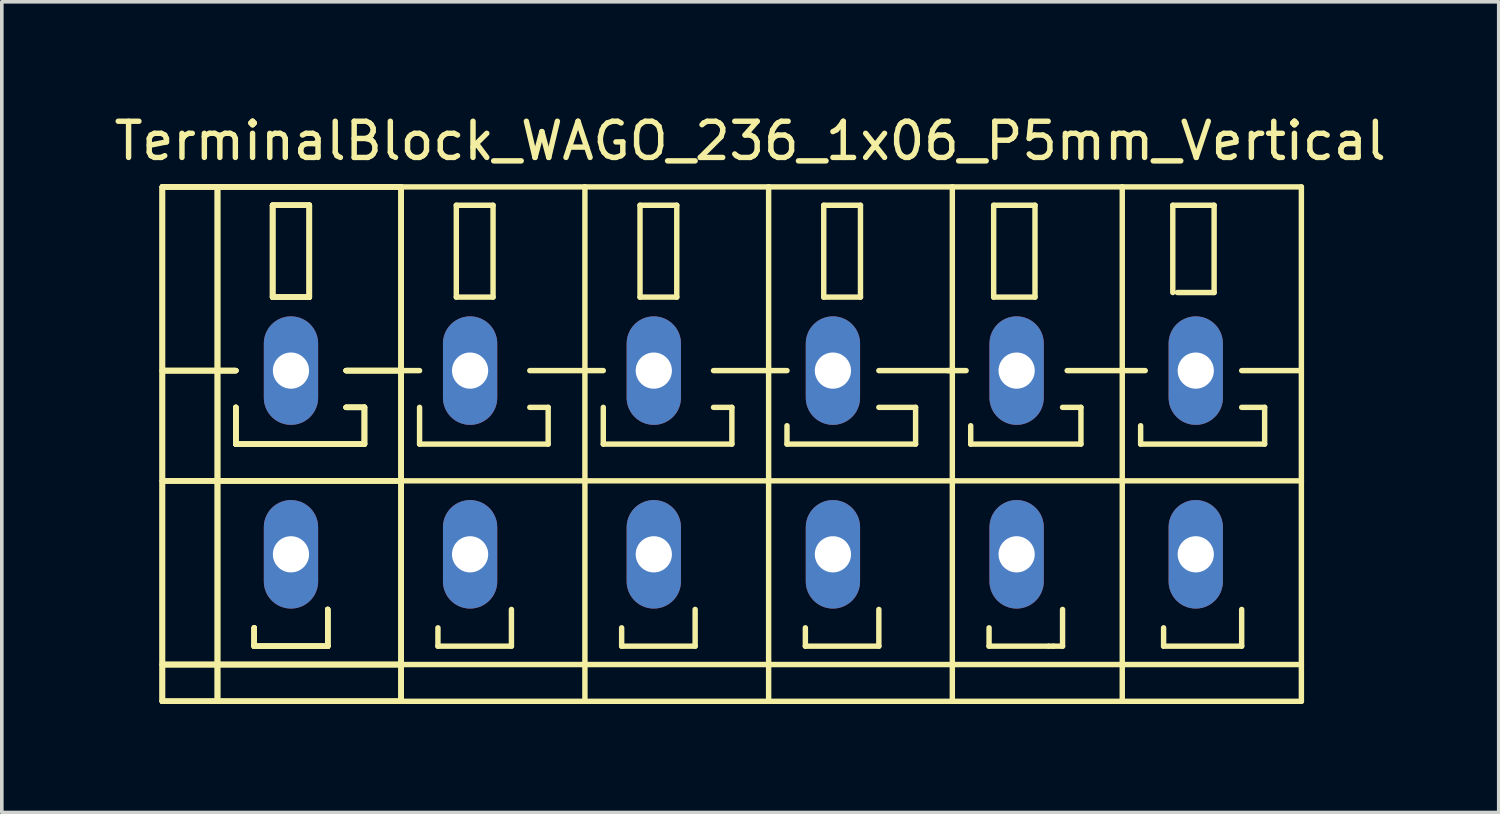
<source format=kicad_pcb>
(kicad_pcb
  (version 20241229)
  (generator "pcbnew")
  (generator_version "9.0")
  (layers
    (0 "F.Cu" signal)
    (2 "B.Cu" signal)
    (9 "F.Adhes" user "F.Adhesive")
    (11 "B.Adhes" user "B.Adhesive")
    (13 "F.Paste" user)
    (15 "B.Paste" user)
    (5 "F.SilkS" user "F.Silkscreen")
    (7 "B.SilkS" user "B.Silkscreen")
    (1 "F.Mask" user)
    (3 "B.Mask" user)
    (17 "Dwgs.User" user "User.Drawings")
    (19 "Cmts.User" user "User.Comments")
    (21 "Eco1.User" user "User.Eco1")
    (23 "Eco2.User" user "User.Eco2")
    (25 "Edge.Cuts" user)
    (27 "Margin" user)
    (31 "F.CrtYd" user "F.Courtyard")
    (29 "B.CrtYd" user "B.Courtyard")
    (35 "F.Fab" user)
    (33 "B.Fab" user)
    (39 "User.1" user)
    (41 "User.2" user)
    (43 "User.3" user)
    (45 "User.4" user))
  (footprint "TerminalBlock_WAGO_236_1x06_P5mm_Vertical"
    (layer "F.Cu")
    (at 17.696 9.738)
    (property "Reference" "TerminalBlock_WAGO_236_1x06_P5mm_Vertical" (at 0 -8.89 0) (layer "F.SilkS") (effects (font (size 1 1) (thickness 0.15))))
    (attr through_hole)
    (fp_line (start -16.256 -7.62) (end -14.732 -7.62) (stroke (width 0.15) (type solid)) (layer "F.SilkS"))
    (fp_line (start -16.256 -7.62) (end -14.732 -7.62) (stroke (width 0.15) (type solid)) (layer "F.SilkS"))
    (fp_line (start -16.256 -7.62) (end -14.732 -7.62) (stroke (width 0.15) (type solid)) (layer "F.SilkS"))
    (fp_line (start -16.256 -7.62) (end -14.732 -7.62) (stroke (width 0.15) (type solid)) (layer "F.SilkS"))
    (fp_line (start -16.256 -2.54) (end -14.224 -2.54) (stroke (width 0.15) (type solid)) (layer "F.SilkS"))
    (fp_line (start -16.256 -2.54) (end -14.224 -2.54) (stroke (width 0.15) (type solid)) (layer "F.SilkS"))
    (fp_line (start -16.256 -2.54) (end -14.224 -2.54) (stroke (width 0.15) (type solid)) (layer "F.SilkS"))
    (fp_line (start -16.256 -2.54) (end -14.224 -2.54) (stroke (width 0.15) (type solid)) (layer "F.SilkS"))
    (fp_line (start -16.256 0.508) (end -9.652 0.508) (stroke (width 0.15) (type solid)) (layer "F.SilkS"))
    (fp_line (start -16.256 0.508) (end -9.652 0.508) (stroke (width 0.15) (type solid)) (layer "F.SilkS"))
    (fp_line (start -16.256 0.508) (end -9.652 0.508) (stroke (width 0.15) (type solid)) (layer "F.SilkS"))
    (fp_line (start -16.256 0.508) (end -9.652 0.508) (stroke (width 0.15) (type solid)) (layer "F.SilkS"))
    (fp_line (start -16.256 5.588) (end -9.652 5.588) (stroke (width 0.15) (type solid)) (layer "F.SilkS"))
    (fp_line (start -16.256 5.588) (end -9.652 5.588) (stroke (width 0.15) (type solid)) (layer "F.SilkS"))
    (fp_line (start -16.256 5.588) (end -9.652 5.588) (stroke (width 0.15) (type solid)) (layer "F.SilkS"))
    (fp_line (start -16.256 5.588) (end -9.652 5.588) (stroke (width 0.15) (type solid)) (layer "F.SilkS"))
    (fp_line (start -16.256 6.604) (end -16.256 -7.62) (stroke (width 0.15) (type solid)) (layer "F.SilkS"))
    (fp_line (start -16.256 6.604) (end -16.256 -7.62) (stroke (width 0.15) (type solid)) (layer "F.SilkS"))
    (fp_line (start -16.256 6.604) (end -16.256 -7.62) (stroke (width 0.15) (type solid)) (layer "F.SilkS"))
    (fp_line (start -16.256 6.604) (end -16.256 -7.62) (stroke (width 0.15) (type solid)) (layer "F.SilkS"))
    (fp_line (start -14.732 -7.62) (end -12.7 -7.62) (stroke (width 0.15) (type solid)) (layer "F.SilkS"))
    (fp_line (start -14.732 -7.62) (end -12.7 -7.62) (stroke (width 0.15) (type solid)) (layer "F.SilkS"))
    (fp_line (start -14.732 -7.62) (end -12.7 -7.62) (stroke (width 0.15) (type solid)) (layer "F.SilkS"))
    (fp_line (start -14.732 -7.62) (end -12.7 -7.62) (stroke (width 0.15) (type solid)) (layer "F.SilkS"))
    (fp_line (start -14.732 6.604) (end -16.256 6.604) (stroke (width 0.15) (type solid)) (layer "F.SilkS"))
    (fp_line (start -14.732 6.604) (end -16.256 6.604) (stroke (width 0.15) (type solid)) (layer "F.SilkS"))
    (fp_line (start -14.732 6.604) (end -16.256 6.604) (stroke (width 0.15) (type solid)) (layer "F.SilkS"))
    (fp_line (start -14.732 6.604) (end -16.256 6.604) (stroke (width 0.15) (type solid)) (layer "F.SilkS"))
    (fp_line (start -14.732 6.604) (end -14.732 -7.62) (stroke (width 0.15) (type solid)) (layer "F.SilkS"))
    (fp_line (start -14.732 6.604) (end -14.732 -7.62) (stroke (width 0.15) (type solid)) (layer "F.SilkS"))
    (fp_line (start -14.732 6.604) (end -14.732 -7.62) (stroke (width 0.15) (type solid)) (layer "F.SilkS"))
    (fp_line (start -14.732 6.604) (end -14.732 -7.62) (stroke (width 0.15) (type solid)) (layer "F.SilkS"))
    (fp_line (start -14.224 -1.524) (end -14.224 -0.508) (stroke (width 0.15) (type solid)) (layer "F.SilkS"))
    (fp_line (start -14.224 -1.524) (end -14.224 -0.508) (stroke (width 0.15) (type solid)) (layer "F.SilkS"))
    (fp_line (start -14.224 -1.524) (end -14.224 -0.508) (stroke (width 0.15) (type solid)) (layer "F.SilkS"))
    (fp_line (start -14.224 -1.524) (end -14.224 -0.508) (stroke (width 0.15) (type solid)) (layer "F.SilkS"))
    (fp_line (start -14.224 -0.508) (end -10.668 -0.508) (stroke (width 0.15) (type solid)) (layer "F.SilkS"))
    (fp_line (start -14.224 -0.508) (end -10.668 -0.508) (stroke (width 0.15) (type solid)) (layer "F.SilkS"))
    (fp_line (start -14.224 -0.508) (end -10.668 -0.508) (stroke (width 0.15) (type solid)) (layer "F.SilkS"))
    (fp_line (start -14.224 -0.508) (end -10.668 -0.508) (stroke (width 0.15) (type solid)) (layer "F.SilkS"))
    (fp_line (start -13.716 4.572) (end -13.716 5.08) (stroke (width 0.15) (type solid)) (layer "F.SilkS"))
    (fp_line (start -13.716 4.572) (end -13.716 5.08) (stroke (width 0.15) (type solid)) (layer "F.SilkS"))
    (fp_line (start -13.716 4.572) (end -13.716 5.08) (stroke (width 0.15) (type solid)) (layer "F.SilkS"))
    (fp_line (start -13.716 4.572) (end -13.716 5.08) (stroke (width 0.15) (type solid)) (layer "F.SilkS"))
    (fp_line (start -13.716 5.08) (end -11.684 5.08) (stroke (width 0.15) (type solid)) (layer "F.SilkS"))
    (fp_line (start -13.716 5.08) (end -11.684 5.08) (stroke (width 0.15) (type solid)) (layer "F.SilkS"))
    (fp_line (start -13.716 5.08) (end -11.684 5.08) (stroke (width 0.15) (type solid)) (layer "F.SilkS"))
    (fp_line (start -13.716 5.08) (end -11.684 5.08) (stroke (width 0.15) (type solid)) (layer "F.SilkS"))
    (fp_line (start -13.208 -7.112) (end -12.192 -7.112) (stroke (width 0.15) (type solid)) (layer "F.SilkS"))
    (fp_line (start -13.208 -7.112) (end -12.192 -7.112) (stroke (width 0.15) (type solid)) (layer "F.SilkS"))
    (fp_line (start -13.208 -7.112) (end -12.192 -7.112) (stroke (width 0.15) (type solid)) (layer "F.SilkS"))
    (fp_line (start -13.208 -7.112) (end -12.192 -7.112) (stroke (width 0.15) (type solid)) (layer "F.SilkS"))
    (fp_line (start -13.208 -4.572) (end -13.208 -7.112) (stroke (width 0.15) (type solid)) (layer "F.SilkS"))
    (fp_line (start -13.208 -4.572) (end -13.208 -7.112) (stroke (width 0.15) (type solid)) (layer "F.SilkS"))
    (fp_line (start -13.208 -4.572) (end -13.208 -7.112) (stroke (width 0.15) (type solid)) (layer "F.SilkS"))
    (fp_line (start -13.208 -4.572) (end -13.208 -7.112) (stroke (width 0.15) (type solid)) (layer "F.SilkS"))
    (fp_line (start -12.7 -7.62) (end -9.652 -7.62) (stroke (width 0.15) (type solid)) (layer "F.SilkS"))
    (fp_line (start -12.7 -7.62) (end -9.652 -7.62) (stroke (width 0.15) (type solid)) (layer "F.SilkS"))
    (fp_line (start -12.7 -7.62) (end -9.652 -7.62) (stroke (width 0.15) (type solid)) (layer "F.SilkS"))
    (fp_line (start -12.7 -7.62) (end -9.652 -7.62) (stroke (width 0.15) (type solid)) (layer "F.SilkS"))
    (fp_line (start -12.192 -7.112) (end -12.192 -4.572) (stroke (width 0.15) (type solid)) (layer "F.SilkS"))
    (fp_line (start -12.192 -7.112) (end -12.192 -4.572) (stroke (width 0.15) (type solid)) (layer "F.SilkS"))
    (fp_line (start -12.192 -7.112) (end -12.192 -4.572) (stroke (width 0.15) (type solid)) (layer "F.SilkS"))
    (fp_line (start -12.192 -7.112) (end -12.192 -4.572) (stroke (width 0.15) (type solid)) (layer "F.SilkS"))
    (fp_line (start -12.192 -4.572) (end -13.208 -4.572) (stroke (width 0.15) (type solid)) (layer "F.SilkS"))
    (fp_line (start -12.192 -4.572) (end -13.208 -4.572) (stroke (width 0.15) (type solid)) (layer "F.SilkS"))
    (fp_line (start -12.192 -4.572) (end -13.208 -4.572) (stroke (width 0.15) (type solid)) (layer "F.SilkS"))
    (fp_line (start -12.192 -4.572) (end -13.208 -4.572) (stroke (width 0.15) (type solid)) (layer "F.SilkS"))
    (fp_line (start -11.684 5.08) (end -11.684 4.064) (stroke (width 0.15) (type solid)) (layer "F.SilkS"))
    (fp_line (start -11.684 5.08) (end -11.684 4.064) (stroke (width 0.15) (type solid)) (layer "F.SilkS"))
    (fp_line (start -11.684 5.08) (end -11.684 4.064) (stroke (width 0.15) (type solid)) (layer "F.SilkS"))
    (fp_line (start -11.684 5.08) (end -11.684 4.064) (stroke (width 0.15) (type solid)) (layer "F.SilkS"))
    (fp_line (start -11.176 -2.54) (end -9.652 -2.54) (stroke (width 0.15) (type solid)) (layer "F.SilkS"))
    (fp_line (start -11.176 -2.54) (end -9.652 -2.54) (stroke (width 0.15) (type solid)) (layer "F.SilkS"))
    (fp_line (start -11.176 -2.54) (end -9.652 -2.54) (stroke (width 0.15) (type solid)) (layer "F.SilkS"))
    (fp_line (start -11.176 -2.54) (end -9.652 -2.54) (stroke (width 0.15) (type solid)) (layer "F.SilkS"))
    (fp_line (start -10.668 -1.524) (end -11.176 -1.524) (stroke (width 0.15) (type solid)) (layer "F.SilkS"))
    (fp_line (start -10.668 -1.524) (end -11.176 -1.524) (stroke (width 0.15) (type solid)) (layer "F.SilkS"))
    (fp_line (start -10.668 -1.524) (end -11.176 -1.524) (stroke (width 0.15) (type solid)) (layer "F.SilkS"))
    (fp_line (start -10.668 -1.524) (end -11.176 -1.524) (stroke (width 0.15) (type solid)) (layer "F.SilkS"))
    (fp_line (start -10.668 -0.508) (end -10.668 -1.524) (stroke (width 0.15) (type solid)) (layer "F.SilkS"))
    (fp_line (start -10.668 -0.508) (end -10.668 -1.524) (stroke (width 0.15) (type solid)) (layer "F.SilkS"))
    (fp_line (start -10.668 -0.508) (end -10.668 -1.524) (stroke (width 0.15) (type solid)) (layer "F.SilkS"))
    (fp_line (start -10.668 -0.508) (end -10.668 -1.524) (stroke (width 0.15) (type solid)) (layer "F.SilkS"))
    (fp_line (start -9.652 -7.62) (end -9.652 6.604) (stroke (width 0.15) (type solid)) (layer "F.SilkS"))
    (fp_line (start -9.652 -7.62) (end -9.652 6.604) (stroke (width 0.15) (type solid)) (layer "F.SilkS"))
    (fp_line (start -9.652 -7.62) (end -9.652 6.604) (stroke (width 0.15) (type solid)) (layer "F.SilkS"))
    (fp_line (start -9.652 -7.62) (end -9.652 6.604) (stroke (width 0.15) (type solid)) (layer "F.SilkS"))
    (fp_line (start -9.652 -2.54) (end -9.144 -2.54) (stroke (width 0.15) (type solid)) (layer "F.SilkS"))
    (fp_line (start -9.652 0.508) (end -4.572 0.508) (stroke (width 0.15) (type solid)) (layer "F.SilkS"))
    (fp_line (start -9.652 5.588) (end -4.572 5.588) (stroke (width 0.15) (type solid)) (layer "F.SilkS"))
    (fp_line (start -9.652 6.604) (end -14.732 6.604) (stroke (width 0.15) (type solid)) (layer "F.SilkS"))
    (fp_line (start -9.652 6.604) (end -14.732 6.604) (stroke (width 0.15) (type solid)) (layer "F.SilkS"))
    (fp_line (start -9.652 6.604) (end -14.732 6.604) (stroke (width 0.15) (type solid)) (layer "F.SilkS"))
    (fp_line (start -9.652 6.604) (end -14.732 6.604) (stroke (width 0.15) (type solid)) (layer "F.SilkS"))
    (fp_line (start -9.652 6.604) (end -4.572 6.604) (stroke (width 0.15) (type solid)) (layer "F.SilkS"))
    (fp_line (start -9.144 -1.524) (end -9.144 -0.508) (stroke (width 0.15) (type solid)) (layer "F.SilkS"))
    (fp_line (start -9.144 -0.508) (end -5.588 -0.508) (stroke (width 0.15) (type solid)) (layer "F.SilkS"))
    (fp_line (start -8.636 4.572) (end -8.636 5.08) (stroke (width 0.15) (type solid)) (layer "F.SilkS"))
    (fp_line (start -8.636 5.08) (end -6.604 5.08) (stroke (width 0.15) (type solid)) (layer "F.SilkS"))
    (fp_line (start -8.128 -7.112) (end -8.128 -4.572) (stroke (width 0.15) (type solid)) (layer "F.SilkS"))
    (fp_line (start -8.128 -4.572) (end -7.112 -4.572) (stroke (width 0.15) (type solid)) (layer "F.SilkS"))
    (fp_line (start -7.112 -7.112) (end -8.128 -7.112) (stroke (width 0.15) (type solid)) (layer "F.SilkS"))
    (fp_line (start -7.112 -4.572) (end -7.112 -7.112) (stroke (width 0.15) (type solid)) (layer "F.SilkS"))
    (fp_line (start -6.604 5.08) (end -6.604 4.064) (stroke (width 0.15) (type solid)) (layer "F.SilkS"))
    (fp_line (start -6.096 -2.54) (end -4.572 -2.54) (stroke (width 0.15) (type solid)) (layer "F.SilkS"))
    (fp_line (start -5.588 -1.524) (end -6.096 -1.524) (stroke (width 0.15) (type solid)) (layer "F.SilkS"))
    (fp_line (start -5.588 -0.508) (end -5.588 -1.524) (stroke (width 0.15) (type solid)) (layer "F.SilkS"))
    (fp_line (start -4.572 -7.62) (end -9.652 -7.62) (stroke (width 0.15) (type solid)) (layer "F.SilkS"))
    (fp_line (start -4.572 -2.54) (end -4.064 -2.54) (stroke (width 0.15) (type solid)) (layer "F.SilkS"))
    (fp_line (start -4.572 0.508) (end 0.508 0.508) (stroke (width 0.15) (type solid)) (layer "F.SilkS"))
    (fp_line (start -4.572 5.588) (end 0.508 5.588) (stroke (width 0.15) (type solid)) (layer "F.SilkS"))
    (fp_line (start -4.572 6.604) (end -4.572 -7.62) (stroke (width 0.15) (type solid)) (layer "F.SilkS"))
    (fp_line (start -4.572 6.604) (end 0.508 6.604) (stroke (width 0.15) (type solid)) (layer "F.SilkS"))
    (fp_line (start -4.064 -1.524) (end -4.064 -0.508) (stroke (width 0.15) (type solid)) (layer "F.SilkS"))
    (fp_line (start -4.064 -0.508) (end -0.508 -0.508) (stroke (width 0.15) (type solid)) (layer "F.SilkS"))
    (fp_line (start -3.556 4.572) (end -3.556 5.08) (stroke (width 0.15) (type solid)) (layer "F.SilkS"))
    (fp_line (start -3.556 5.08) (end -1.524 5.08) (stroke (width 0.15) (type solid)) (layer "F.SilkS"))
    (fp_line (start -3.048 -7.112) (end -3.048 -4.572) (stroke (width 0.15) (type solid)) (layer "F.SilkS"))
    (fp_line (start -3.048 -4.572) (end -2.032 -4.572) (stroke (width 0.15) (type solid)) (layer "F.SilkS"))
    (fp_line (start -2.032 -7.112) (end -3.048 -7.112) (stroke (width 0.15) (type solid)) (layer "F.SilkS"))
    (fp_line (start -2.032 -4.572) (end -2.032 -7.112) (stroke (width 0.15) (type solid)) (layer "F.SilkS"))
    (fp_line (start -1.524 5.08) (end -1.524 4.064) (stroke (width 0.15) (type solid)) (layer "F.SilkS"))
    (fp_line (start -1.016 -2.54) (end 0.508 -2.54) (stroke (width 0.15) (type solid)) (layer "F.SilkS"))
    (fp_line (start -0.508 -1.524) (end -1.016 -1.524) (stroke (width 0.15) (type solid)) (layer "F.SilkS"))
    (fp_line (start -0.508 -0.508) (end -0.508 -1.524) (stroke (width 0.15) (type solid)) (layer "F.SilkS"))
    (fp_line (start 0.508 -7.62) (end -4.572 -7.62) (stroke (width 0.15) (type solid)) (layer "F.SilkS"))
    (fp_line (start 0.508 -2.54) (end 1.016 -2.54) (stroke (width 0.15) (type solid)) (layer "F.SilkS"))
    (fp_line (start 0.508 0.508) (end 5.588 0.508) (stroke (width 0.15) (type solid)) (layer "F.SilkS"))
    (fp_line (start 0.508 5.588) (end 5.588 5.588) (stroke (width 0.15) (type solid)) (layer "F.SilkS"))
    (fp_line (start 0.508 6.604) (end 0.508 -7.62) (stroke (width 0.15) (type solid)) (layer "F.SilkS"))
    (fp_line (start 0.508 6.604) (end 5.588 6.604) (stroke (width 0.15) (type solid)) (layer "F.SilkS"))
    (fp_line (start 1.016 -1.016) (end 1.016 -0.508) (stroke (width 0.15) (type solid)) (layer "F.SilkS"))
    (fp_line (start 1.016 -0.508) (end 4.572 -0.508) (stroke (width 0.15) (type solid)) (layer "F.SilkS"))
    (fp_line (start 1.524 4.572) (end 1.524 5.08) (stroke (width 0.15) (type solid)) (layer "F.SilkS"))
    (fp_line (start 1.524 5.08) (end 3.556 5.08) (stroke (width 0.15) (type solid)) (layer "F.SilkS"))
    (fp_line (start 2.032 -7.112) (end 2.032 -4.572) (stroke (width 0.15) (type solid)) (layer "F.SilkS"))
    (fp_line (start 2.032 -4.572) (end 3.048 -4.572) (stroke (width 0.15) (type solid)) (layer "F.SilkS"))
    (fp_line (start 3.048 -7.112) (end 2.032 -7.112) (stroke (width 0.15) (type solid)) (layer "F.SilkS"))
    (fp_line (start 3.048 -4.572) (end 3.048 -7.112) (stroke (width 0.15) (type solid)) (layer "F.SilkS"))
    (fp_line (start 3.556 -2.54) (end 5.588 -2.54) (stroke (width 0.15) (type solid)) (layer "F.SilkS"))
    (fp_line (start 3.556 5.08) (end 3.556 4.064) (stroke (width 0.15) (type solid)) (layer "F.SilkS"))
    (fp_line (start 4.572 -1.524) (end 3.556 -1.524) (stroke (width 0.15) (type solid)) (layer "F.SilkS"))
    (fp_line (start 4.572 -0.508) (end 4.572 -1.524) (stroke (width 0.15) (type solid)) (layer "F.SilkS"))
    (fp_line (start 5.461 -2.54) (end 5.969 -2.54) (stroke (width 0.15) (type solid)) (layer "F.SilkS"))
    (fp_line (start 5.588 -7.62) (end 0.508 -7.62) (stroke (width 0.15) (type solid)) (layer "F.SilkS"))
    (fp_line (start 5.588 0.508) (end 10.287 0.508) (stroke (width 0.15) (type solid)) (layer "F.SilkS"))
    (fp_line (start 5.588 5.588) (end 10.287 5.588) (stroke (width 0.15) (type solid)) (layer "F.SilkS"))
    (fp_line (start 5.588 6.604) (end 5.588 -7.62) (stroke (width 0.15) (type solid)) (layer "F.SilkS"))
    (fp_line (start 5.588 6.604) (end 10.287 6.604) (stroke (width 0.15) (type solid)) (layer "F.SilkS"))
    (fp_line (start 6.096 -1.016) (end 6.096 -0.508) (stroke (width 0.15) (type solid)) (layer "F.SilkS"))
    (fp_line (start 6.096 -0.508) (end 9.144 -0.508) (stroke (width 0.15) (type solid)) (layer "F.SilkS"))
    (fp_line (start 6.604 4.572) (end 6.604 5.08) (stroke (width 0.15) (type solid)) (layer "F.SilkS"))
    (fp_line (start 6.604 5.08) (end 8.255 5.08) (stroke (width 0.15) (type solid)) (layer "F.SilkS"))
    (fp_line (start 6.731 -7.112) (end 7.874 -7.112) (stroke (width 0.15) (type solid)) (layer "F.SilkS"))
    (fp_line (start 6.731 -4.572) (end 6.731 -7.112) (stroke (width 0.15) (type solid)) (layer "F.SilkS"))
    (fp_line (start 7.874 -7.112) (end 7.874 -4.572) (stroke (width 0.15) (type solid)) (layer "F.SilkS"))
    (fp_line (start 7.874 -4.572) (end 6.731 -4.572) (stroke (width 0.15) (type solid)) (layer "F.SilkS"))
    (fp_line (start 8.255 5.08) (end 8.382 5.08) (stroke (width 0.15) (type solid)) (layer "F.SilkS"))
    (fp_line (start 8.382 5.08) (end 8.636 5.08) (stroke (width 0.15) (type solid)) (layer "F.SilkS"))
    (fp_line (start 8.636 5.08) (end 8.636 4.064) (stroke (width 0.15) (type solid)) (layer "F.SilkS"))
    (fp_line (start 8.763 -2.54) (end 10.287 -2.54) (stroke (width 0.15) (type solid)) (layer "F.SilkS"))
    (fp_line (start 9.144 -1.524) (end 8.636 -1.524) (stroke (width 0.15) (type solid)) (layer "F.SilkS"))
    (fp_line (start 9.144 -0.508) (end 9.144 -1.524) (stroke (width 0.15) (type solid)) (layer "F.SilkS"))
    (fp_line (start 10.287 -7.62) (end 5.588 -7.62) (stroke (width 0.15) (type solid)) (layer "F.SilkS"))
    (fp_line (start 10.287 -2.54) (end 10.922 -2.54) (stroke (width 0.15) (type solid)) (layer "F.SilkS"))
    (fp_line (start 10.287 0.508) (end 15.24 0.508) (stroke (width 0.15) (type solid)) (layer "F.SilkS"))
    (fp_line (start 10.287 5.588) (end 15.24 5.588) (stroke (width 0.15) (type solid)) (layer "F.SilkS"))
    (fp_line (start 10.287 6.604) (end 10.287 -7.62) (stroke (width 0.15) (type solid)) (layer "F.SilkS"))
    (fp_line (start 10.287 6.604) (end 15.24 6.604) (stroke (width 0.15) (type solid)) (layer "F.SilkS"))
    (fp_line (start 10.795 -1.016) (end 10.795 -0.508) (stroke (width 0.15) (type solid)) (layer "F.SilkS"))
    (fp_line (start 10.795 -0.508) (end 14.224 -0.508) (stroke (width 0.15) (type solid)) (layer "F.SilkS"))
    (fp_line (start 11.43 4.572) (end 11.43 5.08) (stroke (width 0.15) (type solid)) (layer "F.SilkS"))
    (fp_line (start 11.43 5.08) (end 13.589 5.08) (stroke (width 0.15) (type solid)) (layer "F.SilkS"))
    (fp_line (start 11.684 -7.112) (end 11.684 -4.699) (stroke (width 0.15) (type solid)) (layer "F.SilkS"))
    (fp_line (start 11.811 -4.699) (end 12.827 -4.699) (stroke (width 0.15) (type solid)) (layer "F.SilkS"))
    (fp_line (start 12.827 -7.112) (end 11.684 -7.112) (stroke (width 0.15) (type solid)) (layer "F.SilkS"))
    (fp_line (start 12.827 -4.699) (end 12.827 -7.112) (stroke (width 0.15) (type solid)) (layer "F.SilkS"))
    (fp_line (start 13.589 -2.54) (end 15.24 -2.54) (stroke (width 0.15) (type solid)) (layer "F.SilkS"))
    (fp_line (start 13.589 5.08) (end 13.589 4.064) (stroke (width 0.15) (type solid)) (layer "F.SilkS"))
    (fp_line (start 14.224 -1.524) (end 13.589 -1.524) (stroke (width 0.15) (type solid)) (layer "F.SilkS"))
    (fp_line (start 14.224 -0.508) (end 14.224 -1.524) (stroke (width 0.15) (type solid)) (layer "F.SilkS"))
    (fp_line (start 15.24 -7.62) (end 10.287 -7.62) (stroke (width 0.15) (type solid)) (layer "F.SilkS"))
    (fp_line (start 15.24 6.604) (end 15.24 -7.62) (stroke (width 0.15) (type solid)) (layer "F.SilkS"))
    (pad "1" thru_hole oval (at -12.7 -2.54 90) (size 3 1.501) (drill 1.001) (layers "*.Cu" "*.Mask"))
    (pad "1" thru_hole oval (at -12.7 2.54 90) (size 3 1.501) (drill 1.001) (layers "*.Cu" "*.Mask"))
    (pad "2" thru_hole oval (at -7.747 -2.54 90) (size 3 1.501) (drill 1.001) (layers "*.Cu" "*.Mask"))
    (pad "2" thru_hole oval (at -7.747 2.54 90) (size 3 1.501) (drill 1.001) (layers "*.Cu" "*.Mask"))
    (pad "3" thru_hole oval (at -2.667 -2.54 90) (size 3 1.501) (drill 1.001) (layers "*.Cu" "*.Mask"))
    (pad "3" thru_hole oval (at -2.667 2.54 90) (size 3 1.501) (drill 1.001) (layers "*.Cu" "*.Mask"))
    (pad "4" thru_hole oval (at 2.286 -2.54 90) (size 3 1.501) (drill 1.001) (layers "*.Cu" "*.Mask"))
    (pad "4" thru_hole oval (at 2.286 2.54 90) (size 3 1.501) (drill 1.001) (layers "*.Cu" "*.Mask"))
    (pad "5" thru_hole oval (at 7.366 -2.54 90) (size 3 1.501) (drill 1.001) (layers "*.Cu" "*.Mask"))
    (pad "5" thru_hole oval (at 7.366 2.54 90) (size 3 1.501) (drill 1.001) (layers "*.Cu" "*.Mask"))
    (pad "6" thru_hole oval (at 12.319 -2.54 90) (size 3 1.501) (drill 1.001) (layers "*.Cu" "*.Mask"))
    (pad "6" thru_hole oval (at 12.319 2.54 90) (size 3 1.501) (drill 1.001) (layers "*.Cu" "*.Mask")))
  (gr_rect
    (start -3 -3)
    (end 38.393 19.417)
    (stroke (width 0.1) (type default))
    (fill no)
    (layer "Edge.Cuts")))
</source>
